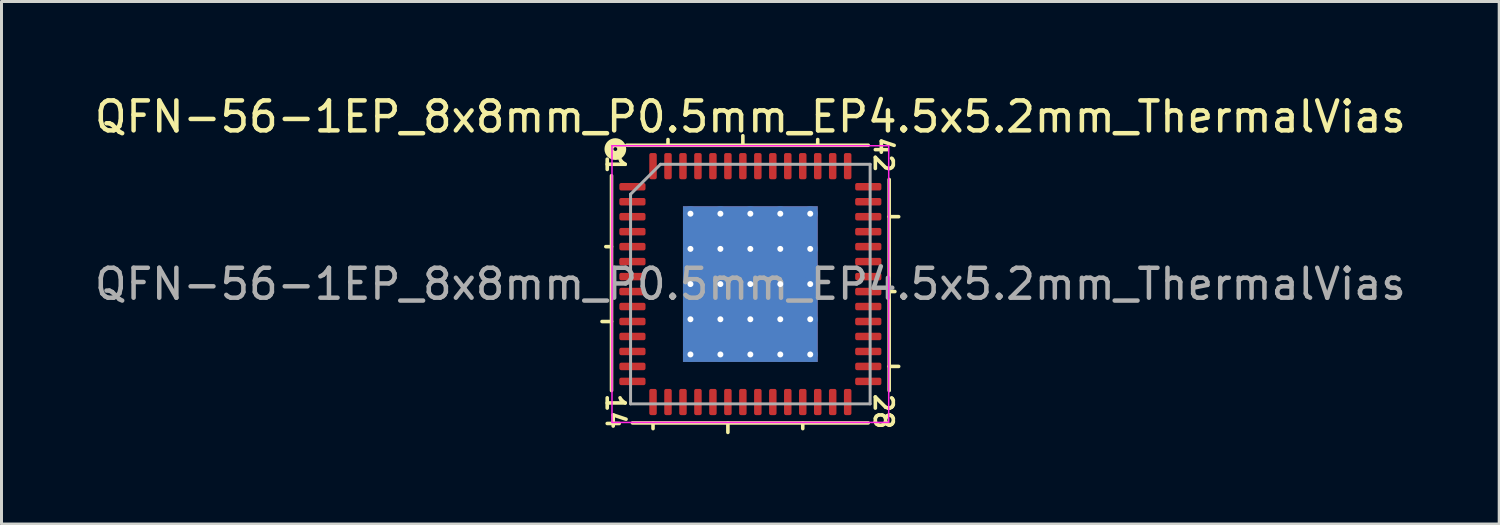
<source format=kicad_pcb>
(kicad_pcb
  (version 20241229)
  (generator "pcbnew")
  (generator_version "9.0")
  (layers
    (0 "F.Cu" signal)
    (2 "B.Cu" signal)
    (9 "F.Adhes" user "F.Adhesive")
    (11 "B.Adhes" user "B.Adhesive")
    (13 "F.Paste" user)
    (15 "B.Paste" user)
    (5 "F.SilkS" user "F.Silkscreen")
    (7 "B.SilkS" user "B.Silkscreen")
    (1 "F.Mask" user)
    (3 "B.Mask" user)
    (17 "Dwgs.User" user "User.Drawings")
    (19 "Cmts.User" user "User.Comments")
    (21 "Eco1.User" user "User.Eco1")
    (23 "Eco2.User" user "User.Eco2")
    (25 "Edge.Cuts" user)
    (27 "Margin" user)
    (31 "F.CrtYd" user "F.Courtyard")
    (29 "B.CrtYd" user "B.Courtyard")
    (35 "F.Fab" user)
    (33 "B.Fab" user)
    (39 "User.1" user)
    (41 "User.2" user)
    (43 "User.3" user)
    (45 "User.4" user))
  (footprint "QFN-56-1EP_8x8mm_P0.5mm_EP4.5x5.2mm_ThermalVias"
    (layer "F.Cu")
    (at 22.006 6.436)
    (property "Reference" "QFN-56-1EP_8x8mm_P0.5mm_EP4.5x5.2mm_ThermalVias" (at 0 -5.588 0) (layer "F.SilkS") (effects (font (size 1 1) (thickness 0.15))))
    (attr smd)
    (fp_line (start -4.636 -3.619) (end -4.636 3.556) (stroke (width 0.12) (type solid)) (layer "F.SilkS"))
    (fp_line (start -4.636 -1.25) (end -4.826 -1.25) (stroke (width 0.12) (type solid)) (layer "F.SilkS"))
    (fp_line (start -4.636 1.25) (end -4.953 1.25) (stroke (width 0.12) (type solid)) (layer "F.SilkS"))
    (fp_line (start -3.937 4.636) (end 3.937 4.636) (stroke (width 0.12) (type solid)) (layer "F.SilkS"))
    (fp_line (start -3.25 4.826) (end -3.25 4.636) (stroke (width 0.12) (type solid)) (layer "F.SilkS"))
    (fp_line (start -2.75 -4.636) (end -2.75 -4.826) (stroke (width 0.12) (type solid)) (layer "F.SilkS"))
    (fp_line (start -0.75 4.953) (end -0.75 4.636) (stroke (width 0.12) (type solid)) (layer "F.SilkS"))
    (fp_line (start -0.25 -4.636) (end -0.25 -4.953) (stroke (width 0.12) (type solid)) (layer "F.SilkS"))
    (fp_line (start 1.75 4.826) (end 1.75 4.636) (stroke (width 0.12) (type solid)) (layer "F.SilkS"))
    (fp_line (start 2.25 -4.636) (end 2.25 -4.826) (stroke (width 0.12) (type solid)) (layer "F.SilkS"))
    (fp_line (start 3.937 -4.636) (end -4.128 -4.636) (stroke (width 0.12) (type solid)) (layer "F.SilkS"))
    (fp_line (start 4.636 -2.25) (end 4.953 -2.25) (stroke (width 0.12) (type solid)) (layer "F.SilkS"))
    (fp_line (start 4.636 0.25) (end 4.826 0.25) (stroke (width 0.12) (type solid)) (layer "F.SilkS"))
    (fp_line (start 4.636 2.75) (end 4.953 2.75) (stroke (width 0.12) (type solid)) (layer "F.SilkS"))
    (fp_line (start 4.636 3.556) (end 4.636 -3.493) (stroke (width 0.12) (type solid)) (layer "F.SilkS"))
    (fp_circle (center -4.508 -4.508) (end -4.445 -4.508) (stroke (width 0.3) (type solid)) (fill no) (layer "F.SilkS"))
    (fp_line (start -4.62 -4.62) (end -4.62 4.62) (stroke (width 0.05) (type solid)) (layer "F.CrtYd"))
    (fp_line (start -4.62 4.62) (end 4.62 4.62) (stroke (width 0.05) (type solid)) (layer "F.CrtYd"))
    (fp_line (start 4.62 -4.62) (end -4.62 -4.62) (stroke (width 0.05) (type solid)) (layer "F.CrtYd"))
    (fp_line (start 4.62 4.62) (end 4.62 -4.62) (stroke (width 0.05) (type solid)) (layer "F.CrtYd"))
    (fp_line (start -4 -3) (end -3 -4) (stroke (width 0.1) (type solid)) (layer "F.Fab"))
    (fp_line (start -4 4) (end -4 -3) (stroke (width 0.1) (type solid)) (layer "F.Fab"))
    (fp_line (start -3 -4) (end 4 -4) (stroke (width 0.1) (type solid)) (layer "F.Fab"))
    (fp_line (start 4 -4) (end 4 4) (stroke (width 0.1) (type solid)) (layer "F.Fab"))
    (fp_line (start 4 4) (end -4 4) (stroke (width 0.1) (type solid)) (layer "F.Fab"))
    (fp_text user "28" (at 4.445 4.255 270) (unlocked yes) (layer "F.SilkS") (effects (font (size 0.6 0.6) (thickness 0.12))))
    (fp_text user "42" (at 4.445 -4.318 270) (unlocked yes) (layer "F.SilkS") (effects (font (size 0.6 0.6) (thickness 0.12))))
    (fp_text user "14" (at -4.508 4.255 270) (unlocked yes) (layer "F.SilkS") (effects (font (size 0.6 0.6) (thickness 0.12))))
    (fp_text user "1" (at -4.508 -4 270) (unlocked yes) (layer "F.SilkS") (effects (font (size 0.6 0.6) (thickness 0.12))))
    (fp_text user "${REFERENCE}" (at 0 0 0) (layer "F.Fab") (effects (font (size 1 1) (thickness 0.15))))
    (pad "" smd custom (at -1.5 -1.762) (size 0.776 0.776) (layers "F.Paste") (options (anchor circle)) (primitives (gr_poly (pts (xy 0.341 -0.33) (xy 0.341 0.33) (xy 0.262 0.408) (xy -0.262 0.408) (xy -0.341 0.33) (xy -0.341 -0.33) (xy -0.262 -0.408) (xy 0.262 -0.408)) (width 0.19) (fill yes))))
    (pad "" smd custom (at -1.5 -0.588) (size 0.776 0.776) (layers "F.Paste") (options (anchor circle)) (primitives (gr_poly (pts (xy 0.341 -0.33) (xy 0.341 0.33) (xy 0.262 0.408) (xy -0.262 0.408) (xy -0.341 0.33) (xy -0.341 -0.33) (xy -0.262 -0.408) (xy 0.262 -0.408)) (width 0.19) (fill yes))))
    (pad "" smd custom (at -1.5 0.588) (size 0.776 0.776) (layers "F.Paste") (options (anchor circle)) (primitives (gr_poly (pts (xy 0.341 -0.33) (xy 0.341 0.33) (xy 0.262 0.408) (xy -0.262 0.408) (xy -0.341 0.33) (xy -0.341 -0.33) (xy -0.262 -0.408) (xy 0.262 -0.408)) (width 0.19) (fill yes))))
    (pad "" smd custom (at -1.5 1.762) (size 0.776 0.776) (layers "F.Paste") (options (anchor circle)) (primitives (gr_poly (pts (xy 0.341 -0.33) (xy 0.341 0.33) (xy 0.262 0.408) (xy -0.262 0.408) (xy -0.341 0.33) (xy -0.341 -0.33) (xy -0.262 -0.408) (xy 0.262 -0.408)) (width 0.19) (fill yes))))
    (pad "" smd custom (at -0.5 -1.762) (size 0.776 0.776) (layers "F.Paste") (options (anchor circle)) (primitives (gr_poly (pts (xy 0.341 -0.33) (xy 0.341 0.33) (xy 0.262 0.408) (xy -0.262 0.408) (xy -0.341 0.33) (xy -0.341 -0.33) (xy -0.262 -0.408) (xy 0.262 -0.408)) (width 0.19) (fill yes))))
    (pad "" smd custom (at -0.5 -0.588) (size 0.776 0.776) (layers "F.Paste") (options (anchor circle)) (primitives (gr_poly (pts (xy 0.341 -0.33) (xy 0.341 0.33) (xy 0.262 0.408) (xy -0.262 0.408) (xy -0.341 0.33) (xy -0.341 -0.33) (xy -0.262 -0.408) (xy 0.262 -0.408)) (width 0.19) (fill yes))))
    (pad "" smd custom (at -0.5 0.588) (size 0.776 0.776) (layers "F.Paste") (options (anchor circle)) (primitives (gr_poly (pts (xy 0.341 -0.33) (xy 0.341 0.33) (xy 0.262 0.408) (xy -0.262 0.408) (xy -0.341 0.33) (xy -0.341 -0.33) (xy -0.262 -0.408) (xy 0.262 -0.408)) (width 0.19) (fill yes))))
    (pad "" smd custom (at -0.5 1.762) (size 0.776 0.776) (layers "F.Paste") (options (anchor circle)) (primitives (gr_poly (pts (xy 0.341 -0.33) (xy 0.341 0.33) (xy 0.262 0.408) (xy -0.262 0.408) (xy -0.341 0.33) (xy -0.341 -0.33) (xy -0.262 -0.408) (xy 0.262 -0.408)) (width 0.19) (fill yes))))
    (pad "" smd custom (at 0.5 -1.762) (size 0.776 0.776) (layers "F.Paste") (options (anchor circle)) (primitives (gr_poly (pts (xy 0.341 -0.33) (xy 0.341 0.33) (xy 0.262 0.408) (xy -0.262 0.408) (xy -0.341 0.33) (xy -0.341 -0.33) (xy -0.262 -0.408) (xy 0.262 -0.408)) (width 0.19) (fill yes))))
    (pad "" smd custom (at 0.5 -0.588) (size 0.776 0.776) (layers "F.Paste") (options (anchor circle)) (primitives (gr_poly (pts (xy 0.341 -0.33) (xy 0.341 0.33) (xy 0.262 0.408) (xy -0.262 0.408) (xy -0.341 0.33) (xy -0.341 -0.33) (xy -0.262 -0.408) (xy 0.262 -0.408)) (width 0.19) (fill yes))))
    (pad "" smd custom (at 0.5 0.588) (size 0.776 0.776) (layers "F.Paste") (options (anchor circle)) (primitives (gr_poly (pts (xy 0.341 -0.33) (xy 0.341 0.33) (xy 0.262 0.408) (xy -0.262 0.408) (xy -0.341 0.33) (xy -0.341 -0.33) (xy -0.262 -0.408) (xy 0.262 -0.408)) (width 0.19) (fill yes))))
    (pad "" smd custom (at 0.5 1.762) (size 0.776 0.776) (layers "F.Paste") (options (anchor circle)) (primitives (gr_poly (pts (xy 0.341 -0.33) (xy 0.341 0.33) (xy 0.262 0.408) (xy -0.262 0.408) (xy -0.341 0.33) (xy -0.341 -0.33) (xy -0.262 -0.408) (xy 0.262 -0.408)) (width 0.19) (fill yes))))
    (pad "" smd custom (at 1.5 -1.762) (size 0.776 0.776) (layers "F.Paste") (options (anchor circle)) (primitives (gr_poly (pts (xy 0.341 -0.33) (xy 0.341 0.33) (xy 0.262 0.408) (xy -0.262 0.408) (xy -0.341 0.33) (xy -0.341 -0.33) (xy -0.262 -0.408) (xy 0.262 -0.408)) (width 0.19) (fill yes))))
    (pad "" smd custom (at 1.5 -0.588) (size 0.776 0.776) (layers "F.Paste") (options (anchor circle)) (primitives (gr_poly (pts (xy 0.341 -0.33) (xy 0.341 0.33) (xy 0.262 0.408) (xy -0.262 0.408) (xy -0.341 0.33) (xy -0.341 -0.33) (xy -0.262 -0.408) (xy 0.262 -0.408)) (width 0.19) (fill yes))))
    (pad "" smd custom (at 1.5 0.588) (size 0.776 0.776) (layers "F.Paste") (options (anchor circle)) (primitives (gr_poly (pts (xy 0.341 -0.33) (xy 0.341 0.33) (xy 0.262 0.408) (xy -0.262 0.408) (xy -0.341 0.33) (xy -0.341 -0.33) (xy -0.262 -0.408) (xy 0.262 -0.408)) (width 0.19) (fill yes))))
    (pad "" smd custom (at 1.5 1.762) (size 0.776 0.776) (layers "F.Paste") (options (anchor circle)) (primitives (gr_poly (pts (xy 0.341 -0.33) (xy 0.341 0.33) (xy 0.262 0.408) (xy -0.262 0.408) (xy -0.341 0.33) (xy -0.341 -0.33) (xy -0.262 -0.408) (xy 0.262 -0.408)) (width 0.19) (fill yes))))
    (pad "1" smd roundrect (at -3.938 -3.25) (size 0.875 0.25) (layers "F.Cu" "F.Mask" "F.Paste") (roundrect_rratio 0.25))
    (pad "2" smd roundrect (at -3.938 -2.75) (size 0.875 0.25) (layers "F.Cu" "F.Mask" "F.Paste") (roundrect_rratio 0.25))
    (pad "3" smd roundrect (at -3.938 -2.25) (size 0.875 0.25) (layers "F.Cu" "F.Mask" "F.Paste") (roundrect_rratio 0.25))
    (pad "4" smd roundrect (at -3.938 -1.75) (size 0.875 0.25) (layers "F.Cu" "F.Mask" "F.Paste") (roundrect_rratio 0.25))
    (pad "5" smd roundrect (at -3.938 -1.25) (size 0.875 0.25) (layers "F.Cu" "F.Mask" "F.Paste") (roundrect_rratio 0.25))
    (pad "6" smd roundrect (at -3.938 -0.75) (size 0.875 0.25) (layers "F.Cu" "F.Mask" "F.Paste") (roundrect_rratio 0.25))
    (pad "7" smd roundrect (at -3.938 -0.25) (size 0.875 0.25) (layers "F.Cu" "F.Mask" "F.Paste") (roundrect_rratio 0.25))
    (pad "8" smd roundrect (at -3.938 0.25) (size 0.875 0.25) (layers "F.Cu" "F.Mask" "F.Paste") (roundrect_rratio 0.25))
    (pad "9" smd roundrect (at -3.938 0.75) (size 0.875 0.25) (layers "F.Cu" "F.Mask" "F.Paste") (roundrect_rratio 0.25))
    (pad "10" smd roundrect (at -3.938 1.25) (size 0.875 0.25) (layers "F.Cu" "F.Mask" "F.Paste") (roundrect_rratio 0.25))
    (pad "11" smd roundrect (at -3.938 1.75) (size 0.875 0.25) (layers "F.Cu" "F.Mask" "F.Paste") (roundrect_rratio 0.25))
    (pad "12" smd roundrect (at -3.938 2.25) (size 0.875 0.25) (layers "F.Cu" "F.Mask" "F.Paste") (roundrect_rratio 0.25))
    (pad "13" smd roundrect (at -3.938 2.75) (size 0.875 0.25) (layers "F.Cu" "F.Mask" "F.Paste") (roundrect_rratio 0.25))
    (pad "14" smd roundrect (at -3.938 3.25) (size 0.875 0.25) (layers "F.Cu" "F.Mask" "F.Paste") (roundrect_rratio 0.25))
    (pad "15" smd roundrect (at -3.25 3.938) (size 0.25 0.875) (layers "F.Cu" "F.Mask" "F.Paste") (roundrect_rratio 0.25))
    (pad "16" smd roundrect (at -2.75 3.938) (size 0.25 0.875) (layers "F.Cu" "F.Mask" "F.Paste") (roundrect_rratio 0.25))
    (pad "17" smd roundrect (at -2.25 3.938) (size 0.25 0.875) (layers "F.Cu" "F.Mask" "F.Paste") (roundrect_rratio 0.25))
    (pad "18" smd roundrect (at -1.75 3.938) (size 0.25 0.875) (layers "F.Cu" "F.Mask" "F.Paste") (roundrect_rratio 0.25))
    (pad "19" smd roundrect (at -1.25 3.938) (size 0.25 0.875) (layers "F.Cu" "F.Mask" "F.Paste") (roundrect_rratio 0.25))
    (pad "20" smd roundrect (at -0.75 3.938) (size 0.25 0.875) (layers "F.Cu" "F.Mask" "F.Paste") (roundrect_rratio 0.25))
    (pad "21" smd roundrect (at -0.25 3.938) (size 0.25 0.875) (layers "F.Cu" "F.Mask" "F.Paste") (roundrect_rratio 0.25))
    (pad "22" smd roundrect (at 0.25 3.938) (size 0.25 0.875) (layers "F.Cu" "F.Mask" "F.Paste") (roundrect_rratio 0.25))
    (pad "23" smd roundrect (at 0.75 3.938) (size 0.25 0.875) (layers "F.Cu" "F.Mask" "F.Paste") (roundrect_rratio 0.25))
    (pad "24" smd roundrect (at 1.25 3.938) (size 0.25 0.875) (layers "F.Cu" "F.Mask" "F.Paste") (roundrect_rratio 0.25))
    (pad "25" smd roundrect (at 1.75 3.938) (size 0.25 0.875) (layers "F.Cu" "F.Mask" "F.Paste") (roundrect_rratio 0.25))
    (pad "26" smd roundrect (at 2.25 3.938) (size 0.25 0.875) (layers "F.Cu" "F.Mask" "F.Paste") (roundrect_rratio 0.25))
    (pad "27" smd roundrect (at 2.75 3.938) (size 0.25 0.875) (layers "F.Cu" "F.Mask" "F.Paste") (roundrect_rratio 0.25))
    (pad "28" smd roundrect (at 3.25 3.938) (size 0.25 0.875) (layers "F.Cu" "F.Mask" "F.Paste") (roundrect_rratio 0.25))
    (pad "29" smd roundrect (at 3.938 3.25) (size 0.875 0.25) (layers "F.Cu" "F.Mask" "F.Paste") (roundrect_rratio 0.25))
    (pad "30" smd roundrect (at 3.938 2.75) (size 0.875 0.25) (layers "F.Cu" "F.Mask" "F.Paste") (roundrect_rratio 0.25))
    (pad "31" smd roundrect (at 3.938 2.25) (size 0.875 0.25) (layers "F.Cu" "F.Mask" "F.Paste") (roundrect_rratio 0.25))
    (pad "32" smd roundrect (at 3.938 1.75) (size 0.875 0.25) (layers "F.Cu" "F.Mask" "F.Paste") (roundrect_rratio 0.25))
    (pad "33" smd roundrect (at 3.938 1.25) (size 0.875 0.25) (layers "F.Cu" "F.Mask" "F.Paste") (roundrect_rratio 0.25))
    (pad "34" smd roundrect (at 3.938 0.75) (size 0.875 0.25) (layers "F.Cu" "F.Mask" "F.Paste") (roundrect_rratio 0.25))
    (pad "35" smd roundrect (at 3.938 0.25) (size 0.875 0.25) (layers "F.Cu" "F.Mask" "F.Paste") (roundrect_rratio 0.25))
    (pad "36" smd roundrect (at 3.938 -0.25) (size 0.875 0.25) (layers "F.Cu" "F.Mask" "F.Paste") (roundrect_rratio 0.25))
    (pad "37" smd roundrect (at 3.938 -0.75) (size 0.875 0.25) (layers "F.Cu" "F.Mask" "F.Paste") (roundrect_rratio 0.25))
    (pad "38" smd roundrect (at 3.938 -1.25) (size 0.875 0.25) (layers "F.Cu" "F.Mask" "F.Paste") (roundrect_rratio 0.25))
    (pad "39" smd roundrect (at 3.938 -1.75) (size 0.875 0.25) (layers "F.Cu" "F.Mask" "F.Paste") (roundrect_rratio 0.25))
    (pad "40" smd roundrect (at 3.938 -2.25) (size 0.875 0.25) (layers "F.Cu" "F.Mask" "F.Paste") (roundrect_rratio 0.25))
    (pad "41" smd roundrect (at 3.938 -2.75) (size 0.875 0.25) (layers "F.Cu" "F.Mask" "F.Paste") (roundrect_rratio 0.25))
    (pad "42" smd roundrect (at 3.938 -3.25) (size 0.875 0.25) (layers "F.Cu" "F.Mask" "F.Paste") (roundrect_rratio 0.25))
    (pad "43" smd roundrect (at 3.25 -3.938) (size 0.25 0.875) (layers "F.Cu" "F.Mask" "F.Paste") (roundrect_rratio 0.25))
    (pad "44" smd roundrect (at 2.75 -3.938) (size 0.25 0.875) (layers "F.Cu" "F.Mask" "F.Paste") (roundrect_rratio 0.25))
    (pad "45" smd roundrect (at 2.25 -3.938) (size 0.25 0.875) (layers "F.Cu" "F.Mask" "F.Paste") (roundrect_rratio 0.25))
    (pad "46" smd roundrect (at 1.75 -3.938) (size 0.25 0.875) (layers "F.Cu" "F.Mask" "F.Paste") (roundrect_rratio 0.25))
    (pad "47" smd roundrect (at 1.25 -3.938) (size 0.25 0.875) (layers "F.Cu" "F.Mask" "F.Paste") (roundrect_rratio 0.25))
    (pad "48" smd roundrect (at 0.75 -3.938) (size 0.25 0.875) (layers "F.Cu" "F.Mask" "F.Paste") (roundrect_rratio 0.25))
    (pad "49" smd roundrect (at 0.25 -3.938) (size 0.25 0.875) (layers "F.Cu" "F.Mask" "F.Paste") (roundrect_rratio 0.25))
    (pad "50" smd roundrect (at -0.25 -3.938) (size 0.25 0.875) (layers "F.Cu" "F.Mask" "F.Paste") (roundrect_rratio 0.25))
    (pad "51" smd roundrect (at -0.75 -3.938) (size 0.25 0.875) (layers "F.Cu" "F.Mask" "F.Paste") (roundrect_rratio 0.25))
    (pad "52" smd roundrect (at -1.25 -3.938) (size 0.25 0.875) (layers "F.Cu" "F.Mask" "F.Paste") (roundrect_rratio 0.25))
    (pad "53" smd roundrect (at -1.75 -3.938) (size 0.25 0.875) (layers "F.Cu" "F.Mask" "F.Paste") (roundrect_rratio 0.25))
    (pad "54" smd roundrect (at -2.25 -3.938) (size 0.25 0.875) (layers "F.Cu" "F.Mask" "F.Paste") (roundrect_rratio 0.25))
    (pad "55" smd roundrect (at -2.75 -3.938) (size 0.25 0.875) (layers "F.Cu" "F.Mask" "F.Paste") (roundrect_rratio 0.25))
    (pad "56" smd roundrect (at -3.25 -3.938) (size 0.25 0.875) (layers "F.Cu" "F.Mask" "F.Paste") (roundrect_rratio 0.25))
    (pad "57" thru_hole circle (at -2 -2.35) (size 0.5 0.5) (drill 0.2) (layers "*.Cu"))
    (pad "57" thru_hole circle (at -2 -1.175) (size 0.5 0.5) (drill 0.2) (layers "*.Cu"))
    (pad "57" thru_hole circle (at -2 0) (size 0.5 0.5) (drill 0.2) (layers "*.Cu"))
    (pad "57" thru_hole circle (at -2 1.175) (size 0.5 0.5) (drill 0.2) (layers "*.Cu"))
    (pad "57" thru_hole circle (at -2 2.35) (size 0.5 0.5) (drill 0.2) (layers "*.Cu"))
    (pad "57" thru_hole circle (at -1 -2.35) (size 0.5 0.5) (drill 0.2) (layers "*.Cu"))
    (pad "57" thru_hole circle (at -1 -1.175) (size 0.5 0.5) (drill 0.2) (layers "*.Cu"))
    (pad "57" thru_hole circle (at -1 0) (size 0.5 0.5) (drill 0.2) (layers "*.Cu"))
    (pad "57" thru_hole circle (at -1 1.175) (size 0.5 0.5) (drill 0.2) (layers "*.Cu"))
    (pad "57" thru_hole circle (at -1 2.35) (size 0.5 0.5) (drill 0.2) (layers "*.Cu"))
    (pad "57" thru_hole circle (at 0 -2.35) (size 0.5 0.5) (drill 0.2) (layers "*.Cu"))
    (pad "57" thru_hole circle (at 0 -1.175) (size 0.5 0.5) (drill 0.2) (layers "*.Cu"))
    (pad "57" thru_hole circle (at 0 0) (size 0.5 0.5) (drill 0.2) (layers "*.Cu"))
    (pad "57" smd rect (at 0 0) (size 4.5 5.2) (layers "F.Cu" "F.Mask"))
    (pad "57" smd rect (at 0 0) (size 4.5 5.2) (layers "B.Cu" "B.Mask"))
    (pad "57" thru_hole circle (at 0 1.175) (size 0.5 0.5) (drill 0.2) (layers "*.Cu"))
    (pad "57" thru_hole circle (at 0 2.35) (size 0.5 0.5) (drill 0.2) (layers "*.Cu"))
    (pad "57" thru_hole circle (at 1 -2.35) (size 0.5 0.5) (drill 0.2) (layers "*.Cu"))
    (pad "57" thru_hole circle (at 1 -1.175) (size 0.5 0.5) (drill 0.2) (layers "*.Cu"))
    (pad "57" thru_hole circle (at 1 0) (size 0.5 0.5) (drill 0.2) (layers "*.Cu"))
    (pad "57" thru_hole circle (at 1 1.175) (size 0.5 0.5) (drill 0.2) (layers "*.Cu"))
    (pad "57" thru_hole circle (at 1 2.35) (size 0.5 0.5) (drill 0.2) (layers "*.Cu"))
    (pad "57" thru_hole circle (at 2 -2.35) (size 0.5 0.5) (drill 0.2) (layers "*.Cu"))
    (pad "57" thru_hole circle (at 2 -1.175) (size 0.5 0.5) (drill 0.2) (layers "*.Cu"))
    (pad "57" thru_hole circle (at 2 0) (size 0.5 0.5) (drill 0.2) (layers "*.Cu"))
    (pad "57" thru_hole circle (at 2 1.175) (size 0.5 0.5) (drill 0.2) (layers "*.Cu"))
    (pad "57" thru_hole circle (at 2 2.35) (size 0.5 0.5) (drill 0.2) (layers "*.Cu")))
  (gr_rect
    (start -3 -3)
    (end 47.012 14.449)
    (stroke (width 0.1) (type default))
    (fill no)
    (layer "Edge.Cuts")))
</source>
